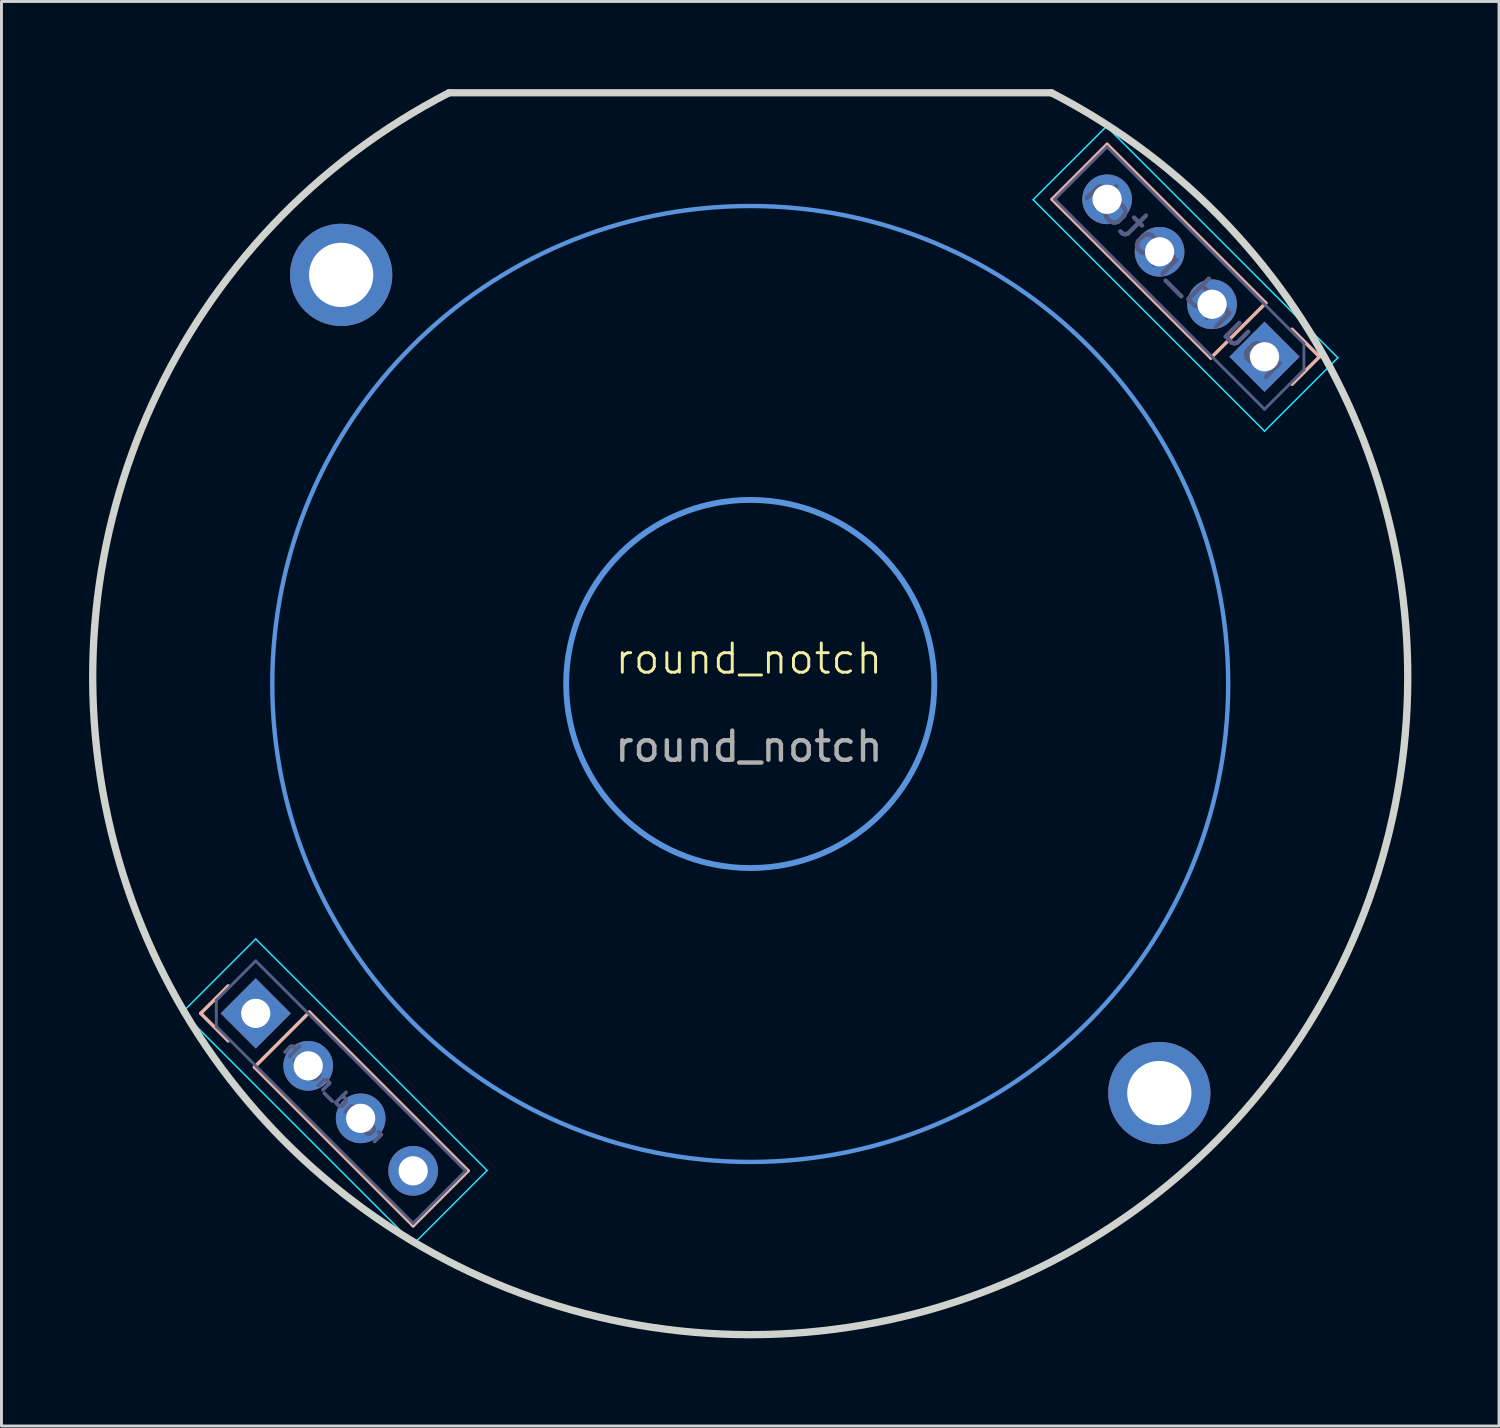
<source format=kicad_pcb>
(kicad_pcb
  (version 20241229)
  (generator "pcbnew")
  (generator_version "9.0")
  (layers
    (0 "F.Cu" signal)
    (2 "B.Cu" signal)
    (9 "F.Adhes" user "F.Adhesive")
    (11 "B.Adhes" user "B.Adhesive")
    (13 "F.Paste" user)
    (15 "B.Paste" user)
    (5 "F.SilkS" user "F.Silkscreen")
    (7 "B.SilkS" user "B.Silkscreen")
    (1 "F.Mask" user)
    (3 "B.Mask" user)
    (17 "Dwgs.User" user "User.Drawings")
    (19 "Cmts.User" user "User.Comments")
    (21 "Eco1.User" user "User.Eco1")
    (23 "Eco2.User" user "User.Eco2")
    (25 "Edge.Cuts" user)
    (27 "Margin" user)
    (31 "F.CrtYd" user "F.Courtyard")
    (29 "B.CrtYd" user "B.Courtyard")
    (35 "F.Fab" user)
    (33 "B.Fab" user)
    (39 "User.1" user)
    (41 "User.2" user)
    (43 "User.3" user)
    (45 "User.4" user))
  (footprint "round_notch"
    (layer "F.Cu")
    (at 22.625 20.357)
    (property "Reference" "round_notch" (at -0.045 -0.861 0) (unlocked yes) (layer "F.SilkS") (effects (font (size 1 1) (thickness 0.1))))
    (fp_line (start -18.805 11.273) (end -17.865 12.213) (stroke (width 0.12) (type solid)) (layer "B.SilkS"))
    (fp_line (start -17.865 10.332) (end -18.805 11.273) (stroke (width 0.12) (type solid)) (layer "B.SilkS"))
    (fp_line (start -16.967 13.111) (end -11.536 18.542) (stroke (width 0.12) (type solid)) (layer "B.SilkS"))
    (fp_line (start -15.086 11.23) (end -16.967 13.111) (stroke (width 0.12) (type solid)) (layer "B.SilkS"))
    (fp_line (start -15.086 11.23) (end -9.655 16.661) (stroke (width 0.12) (type solid)) (layer "B.SilkS"))
    (fp_line (start -9.655 16.661) (end -11.536 18.542) (stroke (width 0.12) (type solid)) (layer "B.SilkS"))
    (fp_line (start 10.331 -16.586) (end 12.212 -18.467) (stroke (width 0.12) (type solid)) (layer "B.SilkS"))
    (fp_line (start 15.762 -11.156) (end 10.331 -16.586) (stroke (width 0.12) (type solid)) (layer "B.SilkS"))
    (fp_line (start 15.762 -11.156) (end 17.642 -13.036) (stroke (width 0.12) (type solid)) (layer "B.SilkS"))
    (fp_line (start 17.642 -13.036) (end 12.212 -18.467) (stroke (width 0.12) (type solid)) (layer "B.SilkS"))
    (fp_line (start 18.54 -10.258) (end 19.481 -11.198) (stroke (width 0.12) (type solid)) (layer "B.SilkS"))
    (fp_line (start 19.481 -11.198) (end 18.54 -12.138) (stroke (width 0.12) (type solid)) (layer "B.SilkS"))
    (fp_circle (center 0 0) (end 6.299 0) (stroke (width 0.2) (type solid)) (fill no) (layer "Cmts.User"))
    (fp_circle (center 0 0) (end 16.357 0) (stroke (width 0.15) (type solid)) (fill no) (layer "Cmts.User"))
    (fp_line (start -10.308 -20.232) (end 10.308 -20.232) (stroke (width 0.25) (type solid)) (layer "Edge.Cuts"))
    (fp_arc (start 10.307764 -20.232) (mid 0 22.268) (end -10.307764 -20.232) (stroke (width 0.25) (type solid)) (layer "Edge.Cuts"))
    (fp_line (start -19.435 11.238) (end -11.515 19.157) (stroke (width 0.05) (type solid)) (layer "B.CrtYd"))
    (fp_line (start -16.924 8.727) (end -19.435 11.238) (stroke (width 0.05) (type solid)) (layer "B.CrtYd"))
    (fp_line (start -11.515 19.157) (end -9.005 16.647) (stroke (width 0.05) (type solid)) (layer "B.CrtYd"))
    (fp_line (start -9.005 16.647) (end -16.924 8.727) (stroke (width 0.05) (type solid)) (layer "B.CrtYd"))
    (fp_line (start 9.68 -16.572) (end 17.6 -8.652) (stroke (width 0.05) (type solid)) (layer "B.CrtYd"))
    (fp_line (start 12.191 -19.082) (end 9.68 -16.572) (stroke (width 0.05) (type solid)) (layer "B.CrtYd"))
    (fp_line (start 17.6 -8.652) (end 20.11 -11.163) (stroke (width 0.05) (type solid)) (layer "B.CrtYd"))
    (fp_line (start 20.11 -11.163) (end 12.191 -19.082) (stroke (width 0.05) (type solid)) (layer "B.CrtYd"))
    (fp_line (start -18.272 10.824) (end -18.272 11.722) (stroke (width 0.1) (type solid)) (layer "B.Fab"))
    (fp_line (start -18.272 11.722) (end -11.536 18.457) (stroke (width 0.1) (type solid)) (layer "B.Fab"))
    (fp_line (start -16.924 9.477) (end -18.272 10.824) (stroke (width 0.1) (type solid)) (layer "B.Fab"))
    (fp_line (start -11.536 18.457) (end -9.74 16.661) (stroke (width 0.1) (type solid)) (layer "B.Fab"))
    (fp_line (start -9.74 16.661) (end -16.924 9.477) (stroke (width 0.1) (type solid)) (layer "B.Fab"))
    (fp_line (start 10.416 -16.586) (end 17.6 -9.402) (stroke (width 0.1) (type solid)) (layer "B.Fab"))
    (fp_line (start 12.212 -18.382) (end 10.416 -16.586) (stroke (width 0.1) (type solid)) (layer "B.Fab"))
    (fp_line (start 17.6 -9.402) (end 18.947 -10.749) (stroke (width 0.1) (type solid)) (layer "B.Fab"))
    (fp_line (start 18.947 -11.647) (end 12.212 -18.382) (stroke (width 0.1) (type solid)) (layer "B.Fab"))
    (fp_line (start 18.947 -10.749) (end 18.947 -11.647) (stroke (width 0.1) (type solid)) (layer "B.Fab"))
    (fp_text user "${REFERENCE}" (at -14.23 13.967 135) (layer "B.Fab") (effects (font (size 0.5 0.5) (thickness 0.125)) (justify mirror)))
    (fp_text user "${REFERENCE}" (at 14.906 -13.892 135) (layer "B.Fab") (effects (font (size 1 1) (thickness 0.15)) (justify mirror)))
    (fp_text user "${REFERENCE}" (at -0.045 2.139 0) (unlocked yes) (layer "F.Fab") (effects (font (size 1 1) (thickness 0.15))))
    (pad "1" thru_hole rect (at -16.924 11.273 225) (size 1.7 1.7) (drill 1) (layers "*.Cu" "*.Mask"))
    (pad "2" thru_hole oval (at -15.128 13.069 225) (size 1.7 1.7) (drill 1) (layers "*.Cu" "*.Mask"))
    (pad "3" thru_hole oval (at -13.332 14.865 225) (size 1.7 1.7) (drill 1) (layers "*.Cu" "*.Mask"))
    (pad "4" thru_hole oval (at -11.536 16.661 225) (size 1.7 1.7) (drill 1) (layers "*.Cu" "*.Mask"))
    (pad "5" thru_hole rect (at 17.6 -11.198 45) (size 1.7 1.7) (drill 1) (layers "*.Cu" "*.Mask"))
    (pad "6" thru_hole oval (at 15.804 -12.994 45) (size 1.7 1.7) (drill 1) (layers "*.Cu" "*.Mask"))
    (pad "7" thru_hole oval (at 14.008 -14.79 45) (size 1.7 1.7) (drill 1) (layers "*.Cu" "*.Mask"))
    (pad "8" thru_hole oval (at 12.212 -16.586 45) (size 1.7 1.7) (drill 1) (layers "*.Cu" "*.Mask"))
    (pad "~" thru_hole circle (at -14 -14) (size 3.5 3.5) (drill 2.2) (layers "*.Cu" "*.Mask"))
    (pad "~" thru_hole circle (at 14 14) (size 3.5 3.5) (drill 2.2) (layers "*.Cu" "*.Mask")))
  (gr_rect
    (start -3 -3)
    (end 48.25 45.75)
    (stroke (width 0.1) (type default))
    (fill no)
    (layer "Edge.Cuts")))
</source>
